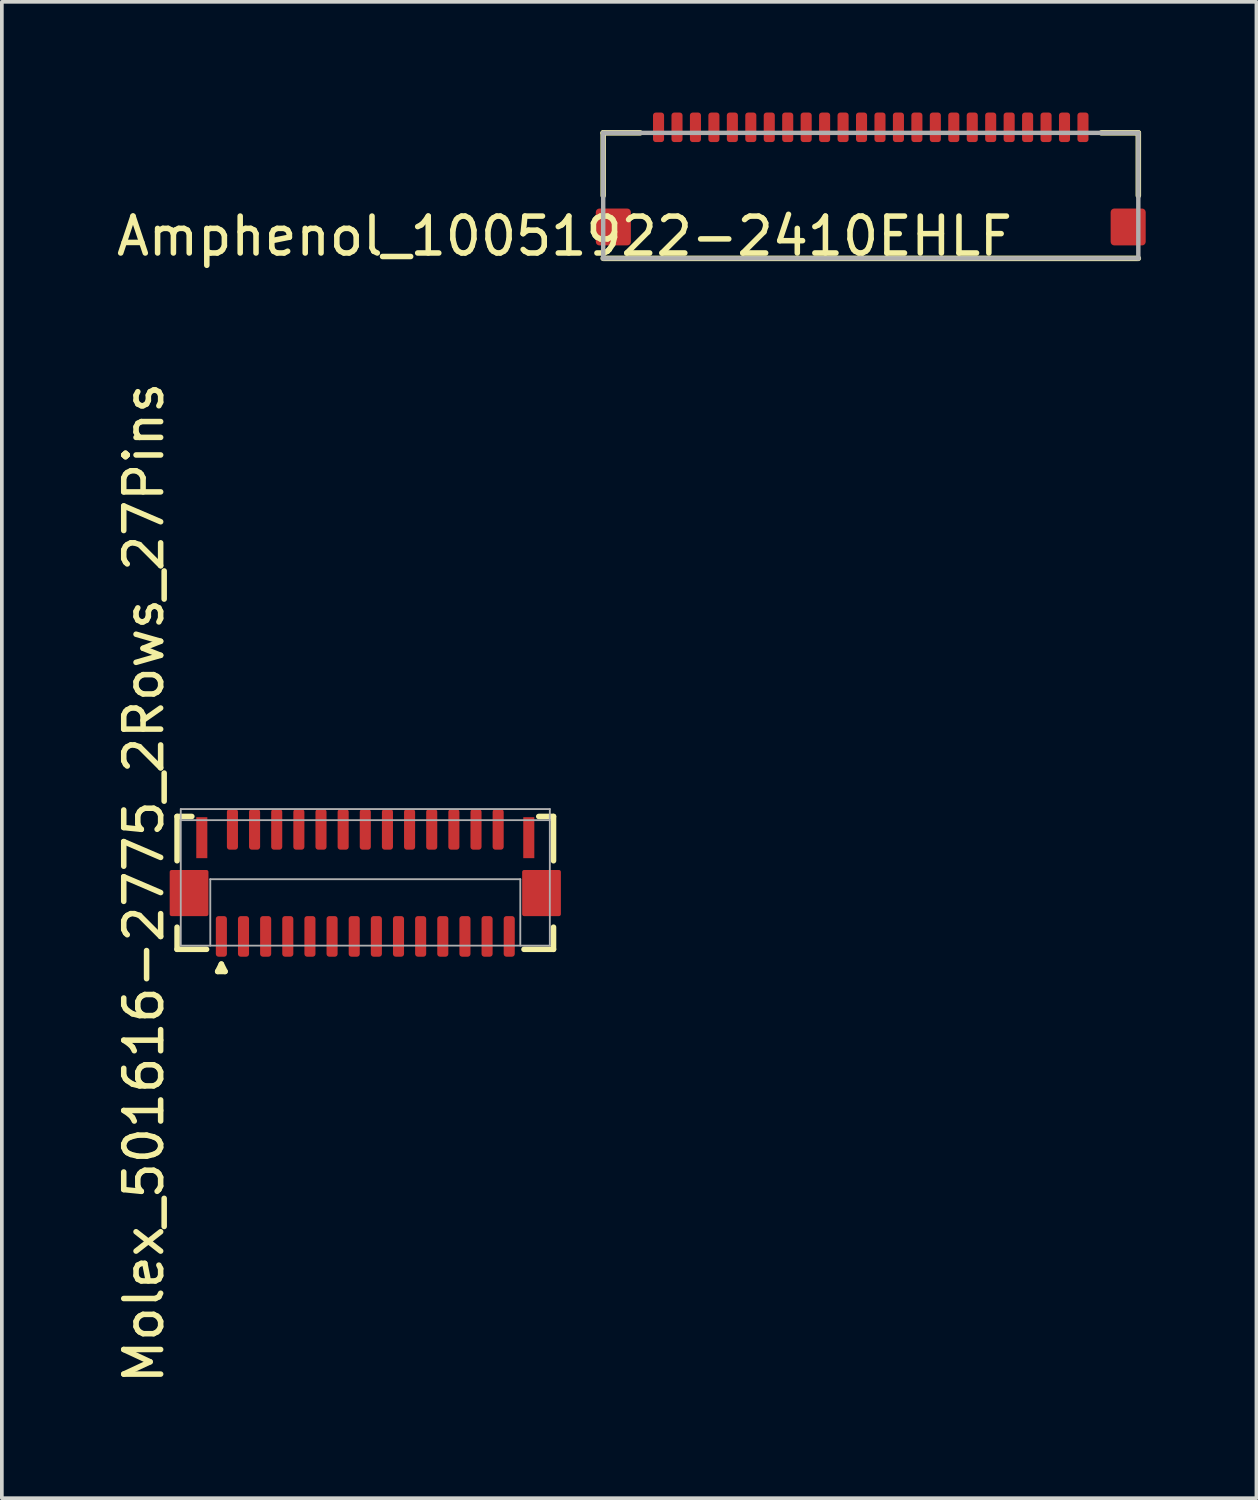
<source format=kicad_pcb>
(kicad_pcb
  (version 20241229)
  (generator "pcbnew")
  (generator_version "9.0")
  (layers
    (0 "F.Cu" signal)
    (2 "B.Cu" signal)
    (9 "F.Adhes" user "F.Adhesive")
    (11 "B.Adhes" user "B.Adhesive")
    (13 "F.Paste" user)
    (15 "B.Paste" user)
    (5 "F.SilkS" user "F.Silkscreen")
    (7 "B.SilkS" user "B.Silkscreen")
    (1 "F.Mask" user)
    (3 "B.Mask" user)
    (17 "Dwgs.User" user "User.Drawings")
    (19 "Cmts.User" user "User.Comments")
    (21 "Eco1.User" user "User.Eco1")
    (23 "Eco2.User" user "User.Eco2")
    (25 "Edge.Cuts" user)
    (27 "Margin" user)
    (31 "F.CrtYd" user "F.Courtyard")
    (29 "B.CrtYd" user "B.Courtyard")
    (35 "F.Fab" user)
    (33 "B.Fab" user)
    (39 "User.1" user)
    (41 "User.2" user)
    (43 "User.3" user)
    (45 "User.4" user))
  (footprint "Amphenol_10051922-2410EHLF"
    (layer "F.Cu")
    (at 20.544 3.95)
    (property "Reference" "Amphenol_10051922-2410EHLF" (at -8.3 -0.6 0) (layer "F.SilkS") (effects (font (size 1 1) (thickness 0.15))))
    (attr smd)
    (fp_line (start -7.25 -3.4) (end -7.25 -1.7) (stroke (width 0.15) (type solid)) (layer "F.SilkS"))
    (fp_line (start -7.25 -3.4) (end -6.25 -3.4) (stroke (width 0.15) (type solid)) (layer "F.SilkS"))
    (fp_line (start -7.25 0) (end 7.25 0) (stroke (width 0.15) (type solid)) (layer "F.SilkS"))
    (fp_line (start 7.25 -3.4) (end 6.25 -3.4) (stroke (width 0.15) (type solid)) (layer "F.SilkS"))
    (fp_line (start 7.25 -3.4) (end 7.25 -1.7) (stroke (width 0.15) (type solid)) (layer "F.SilkS"))
    (fp_line (start -7.25 -3.4) (end 7.25 -3.4) (stroke (width 0.12) (type solid)) (layer "F.Fab"))
    (fp_line (start -7.25 0) (end -7.25 -3.4) (stroke (width 0.12) (type solid)) (layer "F.Fab"))
    (fp_line (start -7.25 0) (end 7.25 0) (stroke (width 0.12) (type solid)) (layer "F.Fab"))
    (fp_line (start 7.25 0) (end 7.25 -3.4) (stroke (width 0.12) (type solid)) (layer "F.Fab"))
    (pad "1" smd roundrect (at -5.75 -3.55) (size 0.3 0.8) (layers "F.Cu" "F.Mask" "F.Paste") (roundrect_rratio 0.25))
    (pad "2" smd roundrect (at -5.25 -3.55) (size 0.3 0.8) (layers "F.Cu" "F.Mask" "F.Paste") (roundrect_rratio 0.25))
    (pad "3" smd roundrect (at -4.75 -3.55) (size 0.3 0.8) (layers "F.Cu" "F.Mask" "F.Paste") (roundrect_rratio 0.25))
    (pad "4" smd roundrect (at -4.25 -3.55) (size 0.3 0.8) (layers "F.Cu" "F.Mask" "F.Paste") (roundrect_rratio 0.25))
    (pad "5" smd roundrect (at -3.75 -3.55) (size 0.3 0.8) (layers "F.Cu" "F.Mask" "F.Paste") (roundrect_rratio 0.25))
    (pad "6" smd roundrect (at -3.25 -3.55) (size 0.3 0.8) (layers "F.Cu" "F.Mask" "F.Paste") (roundrect_rratio 0.25))
    (pad "7" smd roundrect (at -2.75 -3.55) (size 0.3 0.8) (layers "F.Cu" "F.Mask" "F.Paste") (roundrect_rratio 0.25))
    (pad "8" smd roundrect (at -2.25 -3.55) (size 0.3 0.8) (layers "F.Cu" "F.Mask" "F.Paste") (roundrect_rratio 0.25))
    (pad "9" smd roundrect (at -1.75 -3.55) (size 0.3 0.8) (layers "F.Cu" "F.Mask" "F.Paste") (roundrect_rratio 0.25))
    (pad "10" smd roundrect (at -1.25 -3.55) (size 0.3 0.8) (layers "F.Cu" "F.Mask" "F.Paste") (roundrect_rratio 0.25))
    (pad "11" smd roundrect (at -0.75 -3.55) (size 0.3 0.8) (layers "F.Cu" "F.Mask" "F.Paste") (roundrect_rratio 0.25))
    (pad "12" smd roundrect (at -0.25 -3.55) (size 0.3 0.8) (layers "F.Cu" "F.Mask" "F.Paste") (roundrect_rratio 0.25))
    (pad "13" smd roundrect (at 0.25 -3.55) (size 0.3 0.8) (layers "F.Cu" "F.Mask" "F.Paste") (roundrect_rratio 0.25))
    (pad "14" smd roundrect (at 0.75 -3.55) (size 0.3 0.8) (layers "F.Cu" "F.Mask" "F.Paste") (roundrect_rratio 0.25))
    (pad "15" smd roundrect (at 1.25 -3.55) (size 0.3 0.8) (layers "F.Cu" "F.Mask" "F.Paste") (roundrect_rratio 0.25))
    (pad "16" smd roundrect (at 1.75 -3.55) (size 0.3 0.8) (layers "F.Cu" "F.Mask" "F.Paste") (roundrect_rratio 0.25))
    (pad "17" smd roundrect (at 2.25 -3.55) (size 0.3 0.8) (layers "F.Cu" "F.Mask" "F.Paste") (roundrect_rratio 0.25))
    (pad "18" smd roundrect (at 2.75 -3.55) (size 0.3 0.8) (layers "F.Cu" "F.Mask" "F.Paste") (roundrect_rratio 0.25))
    (pad "19" smd roundrect (at 3.25 -3.55) (size 0.3 0.8) (layers "F.Cu" "F.Mask" "F.Paste") (roundrect_rratio 0.25))
    (pad "20" smd roundrect (at 3.75 -3.55) (size 0.3 0.8) (layers "F.Cu" "F.Mask" "F.Paste") (roundrect_rratio 0.25))
    (pad "21" smd roundrect (at 4.25 -3.55) (size 0.3 0.8) (layers "F.Cu" "F.Mask" "F.Paste") (roundrect_rratio 0.25))
    (pad "22" smd roundrect (at 4.75 -3.55) (size 0.3 0.8) (layers "F.Cu" "F.Mask" "F.Paste") (roundrect_rratio 0.25))
    (pad "23" smd roundrect (at 5.25 -3.55) (size 0.3 0.8) (layers "F.Cu" "F.Mask" "F.Paste") (roundrect_rratio 0.25))
    (pad "24" smd roundrect (at 5.75 -3.55) (size 0.3 0.8) (layers "F.Cu" "F.Mask" "F.Paste") (roundrect_rratio 0.25))
    (pad "MP" smd roundrect (at -6.975 -0.85) (size 0.95 1) (layers "F.Cu" "F.Mask" "F.Paste") (roundrect_rratio 0.105))
    (pad "MP" smd roundrect (at 6.975 -0.85) (size 0.95 1) (layers "F.Cu" "F.Mask" "F.Paste") (roundrect_rratio 0.105)))
  (footprint "Molex_501616-2775_2Rows_27Pins"
    (layer "F.Cu")
    (at 6.848 20.873)
    (property "Reference" "Molex_501616-2775_2Rows_27Pins" (at -6 0 270) (layer "F.SilkS") (effects (font (size 1 1) (thickness 0.15))))
    (attr smd)
    (fp_line (start -5.1 -1.8) (end -5.1 -0.6) (stroke (width 0.15) (type solid)) (layer "F.SilkS"))
    (fp_line (start -5.1 1.2) (end -5.1 1.8) (stroke (width 0.15) (type solid)) (layer "F.SilkS"))
    (fp_line (start -5.1 1.8) (end -4.3 1.8) (stroke (width 0.15) (type solid)) (layer "F.SilkS"))
    (fp_line (start -4.7 -1.8) (end -5.1 -1.8) (stroke (width 0.15) (type solid)) (layer "F.SilkS"))
    (fp_line (start -4 2.4) (end -3.8 2.4) (stroke (width 0.15) (type solid)) (layer "F.SilkS"))
    (fp_line (start -3.9 2.2) (end -4 2.4) (stroke (width 0.15) (type solid)) (layer "F.SilkS"))
    (fp_line (start -3.8 2.4) (end -3.9 2.2) (stroke (width 0.15) (type solid)) (layer "F.SilkS"))
    (fp_line (start 4.3 1.8) (end 5.1 1.8) (stroke (width 0.15) (type solid)) (layer "F.SilkS"))
    (fp_line (start 5.1 -1.8) (end 4.7 -1.8) (stroke (width 0.15) (type solid)) (layer "F.SilkS"))
    (fp_line (start 5.1 -0.6) (end 5.1 -1.8) (stroke (width 0.15) (type solid)) (layer "F.SilkS"))
    (fp_line (start 5.1 1.8) (end 5.1 1.2) (stroke (width 0.15) (type solid)) (layer "F.SilkS"))
    (fp_line (start -5 -2) (end 5 -2) (stroke (width 0.05) (type solid)) (layer "F.Fab"))
    (fp_line (start -5 -1.7) (end -5 -2) (stroke (width 0.05) (type solid)) (layer "F.Fab"))
    (fp_line (start -5 -1.7) (end 5 -1.7) (stroke (width 0.05) (type solid)) (layer "F.Fab"))
    (fp_line (start -5 1.7) (end -5 -1.7) (stroke (width 0.05) (type solid)) (layer "F.Fab"))
    (fp_line (start -4.2 -0.1) (end 4.2 -0.1) (stroke (width 0.05) (type solid)) (layer "F.Fab"))
    (fp_line (start -4.2 1.7) (end -4.2 -0.1) (stroke (width 0.05) (type solid)) (layer "F.Fab"))
    (fp_line (start 4.2 -0.1) (end 4.2 1.7) (stroke (width 0.05) (type solid)) (layer "F.Fab"))
    (fp_line (start 5 -2) (end 5 -1.7) (stroke (width 0.05) (type solid)) (layer "F.Fab"))
    (fp_line (start 5 -1.7) (end 5 1.7) (stroke (width 0.05) (type solid)) (layer "F.Fab"))
    (fp_line (start 5 1.7) (end -5 1.7) (stroke (width 0.05) (type solid)) (layer "F.Fab"))
    (pad "1" smd roundrect (at -3.9 1.45) (size 0.3 1.1) (layers "F.Cu" "F.Mask" "F.Paste") (roundrect_rratio 0.25))
    (pad "2" smd roundrect (at -3.6 -1.45) (size 0.3 1.1) (layers "F.Cu" "F.Mask" "F.Paste") (roundrect_rratio 0.25))
    (pad "3" smd roundrect (at -3.3 1.45) (size 0.3 1.1) (layers "F.Cu" "F.Mask" "F.Paste") (roundrect_rratio 0.25))
    (pad "4" smd roundrect (at -3 -1.45) (size 0.3 1.1) (layers "F.Cu" "F.Mask" "F.Paste") (roundrect_rratio 0.25))
    (pad "5" smd roundrect (at -2.7 1.45) (size 0.3 1.1) (layers "F.Cu" "F.Mask" "F.Paste") (roundrect_rratio 0.25))
    (pad "6" smd roundrect (at -2.4 -1.45) (size 0.3 1.1) (layers "F.Cu" "F.Mask" "F.Paste") (roundrect_rratio 0.25))
    (pad "7" smd roundrect (at -2.1 1.45) (size 0.3 1.1) (layers "F.Cu" "F.Mask" "F.Paste") (roundrect_rratio 0.25))
    (pad "8" smd roundrect (at -1.8 -1.45) (size 0.3 1.1) (layers "F.Cu" "F.Mask" "F.Paste") (roundrect_rratio 0.25))
    (pad "9" smd roundrect (at -1.5 1.45) (size 0.3 1.1) (layers "F.Cu" "F.Mask" "F.Paste") (roundrect_rratio 0.25))
    (pad "10" smd roundrect (at -1.2 -1.45) (size 0.3 1.1) (layers "F.Cu" "F.Mask" "F.Paste") (roundrect_rratio 0.25))
    (pad "11" smd roundrect (at -0.9 1.45) (size 0.3 1.1) (layers "F.Cu" "F.Mask" "F.Paste") (roundrect_rratio 0.25))
    (pad "12" smd roundrect (at -0.6 -1.45) (size 0.3 1.1) (layers "F.Cu" "F.Mask" "F.Paste") (roundrect_rratio 0.25))
    (pad "13" smd roundrect (at -0.3 1.45) (size 0.3 1.1) (layers "F.Cu" "F.Mask" "F.Paste") (roundrect_rratio 0.25))
    (pad "14" smd roundrect (at 0 -1.45) (size 0.3 1.1) (layers "F.Cu" "F.Mask" "F.Paste") (roundrect_rratio 0.25))
    (pad "15" smd roundrect (at 0.3 1.45) (size 0.3 1.1) (layers "F.Cu" "F.Mask" "F.Paste") (roundrect_rratio 0.25))
    (pad "16" smd roundrect (at 0.6 -1.45) (size 0.3 1.1) (layers "F.Cu" "F.Mask" "F.Paste") (roundrect_rratio 0.25))
    (pad "17" smd roundrect (at 0.9 1.45) (size 0.3 1.1) (layers "F.Cu" "F.Mask" "F.Paste") (roundrect_rratio 0.25))
    (pad "18" smd roundrect (at 1.2 -1.45) (size 0.3 1.1) (layers "F.Cu" "F.Mask" "F.Paste") (roundrect_rratio 0.25))
    (pad "19" smd roundrect (at 1.5 1.45) (size 0.3 1.1) (layers "F.Cu" "F.Mask" "F.Paste") (roundrect_rratio 0.25))
    (pad "20" smd roundrect (at 1.8 -1.45) (size 0.3 1.1) (layers "F.Cu" "F.Mask" "F.Paste") (roundrect_rratio 0.25))
    (pad "21" smd roundrect (at 2.1 1.45) (size 0.3 1.1) (layers "F.Cu" "F.Mask" "F.Paste") (roundrect_rratio 0.25))
    (pad "22" smd roundrect (at 2.4 -1.45) (size 0.3 1.1) (layers "F.Cu" "F.Mask" "F.Paste") (roundrect_rratio 0.25))
    (pad "23" smd roundrect (at 2.7 1.45) (size 0.3 1.1) (layers "F.Cu" "F.Mask" "F.Paste") (roundrect_rratio 0.25))
    (pad "24" smd roundrect (at 3 -1.45) (size 0.3 1.1) (layers "F.Cu" "F.Mask" "F.Paste") (roundrect_rratio 0.25))
    (pad "25" smd roundrect (at 3.3 1.45) (size 0.3 1.1) (layers "F.Cu" "F.Mask" "F.Paste") (roundrect_rratio 0.25))
    (pad "26" smd roundrect (at 3.6 -1.45) (size 0.3 1.1) (layers "F.Cu" "F.Mask" "F.Paste") (roundrect_rratio 0.25))
    (pad "27" smd roundrect (at 3.9 1.45) (size 0.3 1.1) (layers "F.Cu" "F.Mask" "F.Paste") (roundrect_rratio 0.25))
    (pad "DNC" connect rect (at -4.43 -1.225) (size 0.3 1.11) (layers "F.Cu" "F.Mask"))
    (pad "DNC" connect rect (at 4.43 -1.225) (size 0.3 1.11) (layers "F.Cu" "F.Mask"))
    (pad "MP" smd roundrect (at -4.775 0.275) (size 1.05 1.25) (layers "F.Cu" "F.Mask" "F.Paste") (roundrect_rratio 0.05))
    (pad "MP" smd roundrect (at 4.775 0.275) (size 1.05 1.25) (layers "F.Cu" "F.Mask" "F.Paste") (roundrect_rratio 0.05)))
  (gr_rect
    (start -3 -3)
    (end 30.994 37.545)
    (stroke (width 0.1) (type default))
    (fill no)
    (layer "Edge.Cuts")))
</source>
